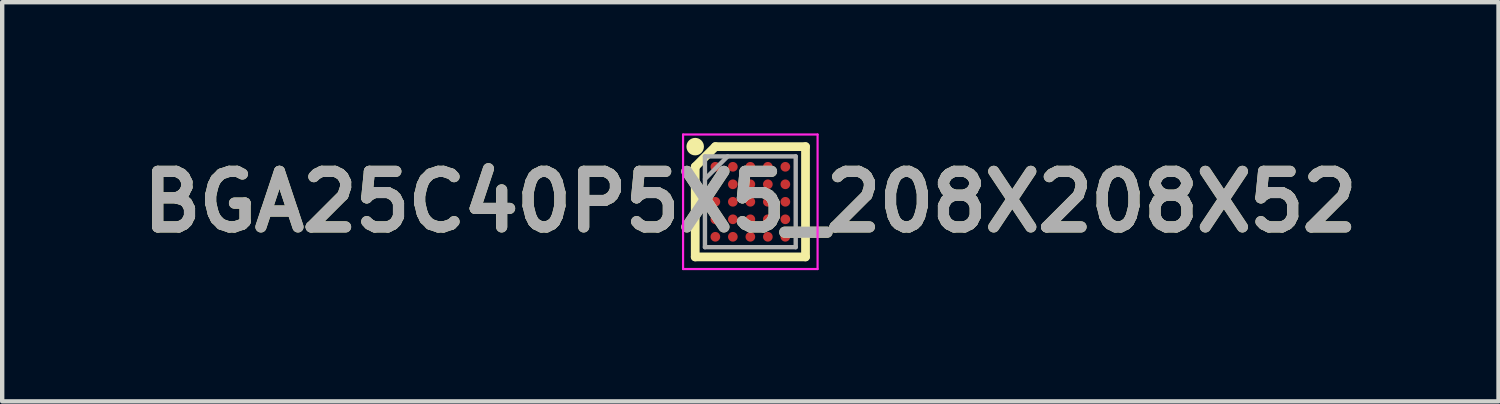
<source format=kicad_pcb>
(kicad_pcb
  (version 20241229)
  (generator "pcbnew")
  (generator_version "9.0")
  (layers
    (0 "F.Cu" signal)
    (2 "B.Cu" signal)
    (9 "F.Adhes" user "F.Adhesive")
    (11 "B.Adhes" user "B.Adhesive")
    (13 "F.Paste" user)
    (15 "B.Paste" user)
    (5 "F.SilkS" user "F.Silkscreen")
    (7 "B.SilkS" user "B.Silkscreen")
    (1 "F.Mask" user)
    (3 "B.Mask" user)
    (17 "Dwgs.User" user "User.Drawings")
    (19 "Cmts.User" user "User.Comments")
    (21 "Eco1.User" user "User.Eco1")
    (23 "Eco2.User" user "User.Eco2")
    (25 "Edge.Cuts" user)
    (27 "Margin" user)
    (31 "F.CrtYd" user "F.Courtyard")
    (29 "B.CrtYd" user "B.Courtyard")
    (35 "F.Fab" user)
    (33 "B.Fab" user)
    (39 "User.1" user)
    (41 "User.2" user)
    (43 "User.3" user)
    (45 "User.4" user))
  (footprint "BGA25C40P5X5_208X208X52"
    (layer "F.Cu")
    (at 14.103 1.563)
    (property "Reference" "BGA25C40P5X5_208X208X52" (at 0 0 0) (layer "F.SilkS") (effects (font (size 1.27 1.27) (thickness 0.254))))
    (attr smd)
    (fp_line (start -1.26 -0.801) (end -0.799 -1.262) (stroke (width 0.2) (type solid)) (layer "F.SilkS"))
    (fp_line (start -1.26 1.26) (end -1.26 -0.801) (stroke (width 0.2) (type solid)) (layer "F.SilkS"))
    (fp_line (start -0.8 -1.261) (end 1.261 -1.261) (stroke (width 0.2) (type solid)) (layer "F.SilkS"))
    (fp_line (start 1.261 -1.261) (end 1.261 1.26) (stroke (width 0.2) (type solid)) (layer "F.SilkS"))
    (fp_line (start 1.261 1.26) (end -1.26 1.26) (stroke (width 0.2) (type solid)) (layer "F.SilkS"))
    (fp_circle (center -1.261 -1.261) (end -1.261 -1.161) (stroke (width 0.2) (type solid)) (fill no) (layer "F.SilkS"))
    (fp_line (start -1.538 -1.538) (end 1.537 -1.538) (stroke (width 0.05) (type solid)) (layer "F.CrtYd"))
    (fp_line (start -1.538 1.537) (end -1.538 -1.538) (stroke (width 0.05) (type solid)) (layer "F.CrtYd"))
    (fp_line (start 1.537 -1.538) (end 1.537 1.537) (stroke (width 0.05) (type solid)) (layer "F.CrtYd"))
    (fp_line (start 1.537 1.537) (end -1.538 1.537) (stroke (width 0.05) (type solid)) (layer "F.CrtYd"))
    (fp_line (start -1.038 -1.038) (end 1.037 -1.038) (stroke (width 0.1) (type solid)) (layer "F.Fab"))
    (fp_line (start -1.038 -0.519) (end -0.519 -1.038) (stroke (width 0.1) (type solid)) (layer "F.Fab"))
    (fp_line (start -1.038 1.037) (end -1.038 -1.038) (stroke (width 0.1) (type solid)) (layer "F.Fab"))
    (fp_line (start 1.037 -1.038) (end 1.037 1.037) (stroke (width 0.1) (type solid)) (layer "F.Fab"))
    (fp_line (start 1.037 1.037) (end -1.038 1.037) (stroke (width 0.1) (type solid)) (layer "F.Fab"))
    (fp_text user "${REFERENCE}" (at 0 0 0) (layer "F.Fab") (effects (font (size 1.27 1.27) (thickness 0.254))))
    (pad "A1" smd circle (at -0.8 -0.8 90) (size 0.221 0.221) (layers "F.Cu" "F.Mask" "F.Paste"))
    (pad "A2" smd circle (at -0.4 -0.8 90) (size 0.221 0.221) (layers "F.Cu" "F.Mask" "F.Paste"))
    (pad "A3" smd circle (at 0 -0.8 90) (size 0.221 0.221) (layers "F.Cu" "F.Mask" "F.Paste"))
    (pad "A4" smd circle (at 0.4 -0.8 90) (size 0.221 0.221) (layers "F.Cu" "F.Mask" "F.Paste"))
    (pad "A5" smd circle (at 0.8 -0.8 90) (size 0.221 0.221) (layers "F.Cu" "F.Mask" "F.Paste"))
    (pad "B1" smd circle (at -0.8 -0.4 90) (size 0.221 0.221) (layers "F.Cu" "F.Mask" "F.Paste"))
    (pad "B2" smd circle (at -0.4 -0.4 90) (size 0.221 0.221) (layers "F.Cu" "F.Mask" "F.Paste"))
    (pad "B3" smd circle (at 0 -0.4 90) (size 0.221 0.221) (layers "F.Cu" "F.Mask" "F.Paste"))
    (pad "B4" smd circle (at 0.4 -0.4 90) (size 0.221 0.221) (layers "F.Cu" "F.Mask" "F.Paste"))
    (pad "B5" smd circle (at 0.8 -0.4 90) (size 0.221 0.221) (layers "F.Cu" "F.Mask" "F.Paste"))
    (pad "C1" smd circle (at -0.8 0 90) (size 0.221 0.221) (layers "F.Cu" "F.Mask" "F.Paste"))
    (pad "C2" smd circle (at -0.4 0 90) (size 0.221 0.221) (layers "F.Cu" "F.Mask" "F.Paste"))
    (pad "C3" smd circle (at 0 0 90) (size 0.221 0.221) (layers "F.Cu" "F.Mask" "F.Paste"))
    (pad "C4" smd circle (at 0.4 0 90) (size 0.221 0.221) (layers "F.Cu" "F.Mask" "F.Paste"))
    (pad "C5" smd circle (at 0.8 0 90) (size 0.221 0.221) (layers "F.Cu" "F.Mask" "F.Paste"))
    (pad "D1" smd circle (at -0.8 0.4 90) (size 0.221 0.221) (layers "F.Cu" "F.Mask" "F.Paste"))
    (pad "D2" smd circle (at -0.4 0.4 90) (size 0.221 0.221) (layers "F.Cu" "F.Mask" "F.Paste"))
    (pad "D3" smd circle (at 0 0.4 90) (size 0.221 0.221) (layers "F.Cu" "F.Mask" "F.Paste"))
    (pad "D4" smd circle (at 0.4 0.4 90) (size 0.221 0.221) (layers "F.Cu" "F.Mask" "F.Paste"))
    (pad "D5" smd circle (at 0.8 0.4 90) (size 0.221 0.221) (layers "F.Cu" "F.Mask" "F.Paste"))
    (pad "E1" smd circle (at -0.8 0.8 90) (size 0.221 0.221) (layers "F.Cu" "F.Mask" "F.Paste"))
    (pad "E2" smd circle (at -0.4 0.8 90) (size 0.221 0.221) (layers "F.Cu" "F.Mask" "F.Paste"))
    (pad "E3" smd circle (at 0 0.8 90) (size 0.221 0.221) (layers "F.Cu" "F.Mask" "F.Paste"))
    (pad "E4" smd circle (at 0.4 0.8 90) (size 0.221 0.221) (layers "F.Cu" "F.Mask" "F.Paste"))
    (pad "E5" smd circle (at 0.8 0.8 90) (size 0.221 0.221) (layers "F.Cu" "F.Mask" "F.Paste")))
  (gr_rect
    (start -3 -3)
    (end 31.206 6.125)
    (stroke (width 0.1) (type default))
    (fill no)
    (layer "Edge.Cuts")))
</source>
